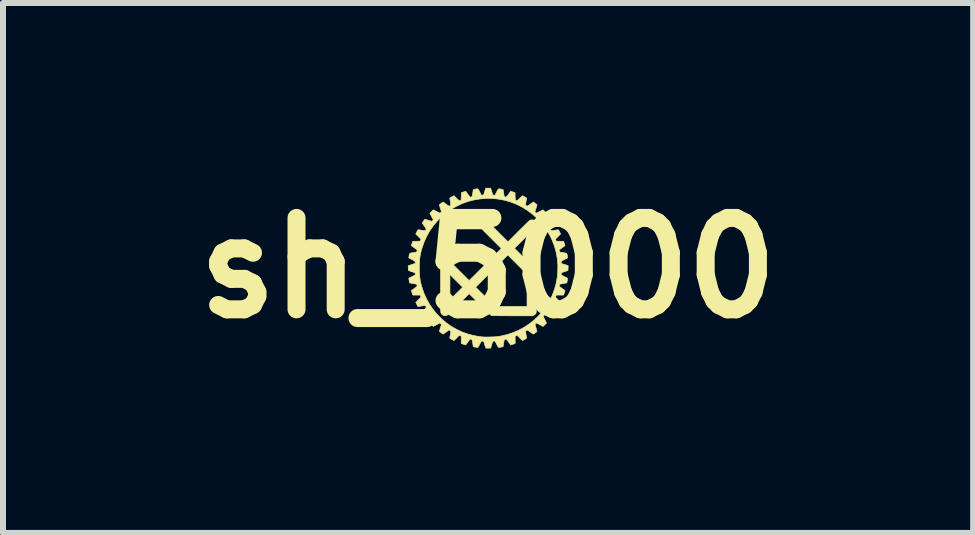
<source format=kicad_pcb>
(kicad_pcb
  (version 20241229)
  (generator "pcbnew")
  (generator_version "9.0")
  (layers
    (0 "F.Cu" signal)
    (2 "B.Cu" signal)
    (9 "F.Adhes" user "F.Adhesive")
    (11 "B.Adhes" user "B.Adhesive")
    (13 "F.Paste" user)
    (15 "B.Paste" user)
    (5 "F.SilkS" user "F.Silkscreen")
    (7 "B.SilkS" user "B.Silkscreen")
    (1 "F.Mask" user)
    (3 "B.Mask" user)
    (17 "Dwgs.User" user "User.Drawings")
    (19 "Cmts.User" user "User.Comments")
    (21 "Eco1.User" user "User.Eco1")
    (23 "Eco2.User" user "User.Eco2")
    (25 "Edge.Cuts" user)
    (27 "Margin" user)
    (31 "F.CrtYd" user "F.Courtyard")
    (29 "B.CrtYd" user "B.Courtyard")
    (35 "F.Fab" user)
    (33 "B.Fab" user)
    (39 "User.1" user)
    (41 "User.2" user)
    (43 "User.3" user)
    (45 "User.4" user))
  (footprint "sh_5000"
    (layer "F.Cu")
    (at 5.087 1.418)
    (property "Reference" "sh_5000" (at 0 0 0) (layer "F.SilkS") (effects (font (size 1.524 1.524) (thickness 0.3))))
    (attr through_hole)
    (fp_poly (pts (xy -0.339 -0.805) (xy -0.283 -0.805) (xy -0.231 -0.805) (xy -0.184 -0.804) (xy -0.142 -0.804) (xy -0.106 -0.803) (xy -0.078 -0.803) (xy -0.057 -0.802) (xy -0.045 -0.801) (xy -0.043 -0.801) (xy -0.036 -0.797) (xy -0.023 -0.786) (xy -0.004 -0.769) (xy 0.022 -0.745) (xy 0.053 -0.715) (xy 0.092 -0.677) (xy 0.137 -0.632) (xy 0.152 -0.617) (xy 0.333 -0.437) (xy 0.508 -0.613) (xy 0.543 -0.648) (xy 0.577 -0.681) (xy 0.608 -0.711) (xy 0.635 -0.738) (xy 0.658 -0.76) (xy 0.677 -0.778) (xy 0.69 -0.79) (xy 0.697 -0.795) (xy 0.697 -0.795) (xy 0.717 -0.801) (xy 0.74 -0.802) (xy 0.762 -0.797) (xy 0.767 -0.795) (xy 0.78 -0.786) (xy 0.792 -0.772) (xy 0.795 -0.768) (xy 0.808 -0.749) (xy 0.808 -0.005) (xy 0.808 0.097) (xy 0.808 0.189) (xy 0.808 0.271) (xy 0.808 0.346) (xy 0.808 0.411) (xy 0.807 0.47) (xy 0.807 0.521) (xy 0.807 0.565) (xy 0.807 0.603) (xy 0.806 0.636) (xy 0.806 0.663) (xy 0.806 0.686) (xy 0.805 0.704) (xy 0.804 0.719) (xy 0.804 0.73) (xy 0.803 0.739) (xy 0.802 0.746) (xy 0.801 0.75) (xy 0.8 0.754) (xy 0.798 0.757) (xy 0.798 0.757) (xy 0.786 0.772) (xy 0.769 0.785) (xy 0.767 0.786) (xy 0.745 0.798) (xy 0.405 0.798) (xy 0.33 0.797) (xy 0.264 0.797) (xy 0.208 0.797) (xy 0.161 0.796) (xy 0.123 0.796) (xy 0.093 0.795) (xy 0.072 0.794) (xy 0.059 0.793) (xy 0.054 0.792) (xy 0.049 0.787) (xy 0.036 0.776) (xy 0.019 0.759) (xy -0.004 0.737) (xy -0.031 0.711) (xy -0.062 0.681) (xy -0.095 0.648) (xy -0.13 0.613) (xy -0.136 0.608) (xy -0.315 0.429) (xy -0.494 0.608) (xy -0.53 0.643) (xy -0.563 0.677) (xy -0.595 0.707) (xy -0.623 0.734) (xy -0.647 0.757) (xy -0.666 0.774) (xy -0.68 0.786) (xy -0.687 0.792) (xy -0.687 0.792) (xy -0.711 0.797) (xy -0.734 0.794) (xy -0.75 0.787) (xy -0.77 0.773) (xy -0.782 0.755) (xy -0.783 0.752) (xy -0.785 0.749) (xy -0.786 0.744) (xy -0.787 0.739) (xy -0.788 0.732) (xy -0.789 0.723) (xy -0.789 0.71) (xy -0.79 0.695) (xy -0.791 0.676) (xy -0.791 0.652) (xy -0.791 0.624) (xy -0.792 0.591) (xy -0.792 0.551) (xy -0.792 0.531) (xy -0.635 0.531) (xy -0.53 0.425) (xy -0.424 0.32) (xy -0.424 0.32) (xy -0.206 0.32) (xy -0.046 0.48) (xy 0.114 0.64) (xy 0.65 0.64) (xy 0.65 0.104) (xy 0.49 -0.056) (xy 0.33 -0.216) (xy 0.062 0.052) (xy -0.206 0.32) (xy -0.424 0.32) (xy -0.53 0.215) (xy -0.635 0.109) (xy -0.635 0.531) (xy -0.792 0.531) (xy -0.792 0.506) (xy -0.792 0.453) (xy -0.792 0.394) (xy -0.792 0.326) (xy -0.792 0.251) (xy -0.792 0.166) (xy -0.792 0.072) (xy -0.792 -0.005) (xy -0.792 -0.108) (xy -0.793 -0.201) (xy -0.793 -0.285) (xy -0.793 -0.361) (xy -0.792 -0.428) (xy -0.792 -0.487) (xy -0.792 -0.54) (xy -0.792 -0.585) (xy -0.791 -0.624) (xy -0.791 -0.65) (xy -0.635 -0.65) (xy -0.635 -0.109) (xy -0.476 0.05) (xy -0.443 0.083) (xy -0.412 0.113) (xy -0.384 0.141) (xy -0.36 0.165) (xy -0.34 0.184) (xy -0.326 0.198) (xy -0.317 0.206) (xy -0.315 0.208) (xy -0.311 0.205) (xy -0.301 0.195) (xy -0.284 0.178) (xy -0.262 0.157) (xy -0.235 0.13) (xy -0.204 0.099) (xy -0.168 0.064) (xy -0.13 0.026) (xy -0.089 -0.015) (xy -0.046 -0.058) (xy -0.046 -0.058) (xy 0.221 -0.325) (xy 0.218 -0.328) (xy 0.442 -0.328) (xy 0.545 -0.225) (xy 0.571 -0.198) (xy 0.595 -0.175) (xy 0.616 -0.154) (xy 0.632 -0.138) (xy 0.643 -0.127) (xy 0.649 -0.122) (xy 0.649 -0.122) (xy 0.649 -0.127) (xy 0.649 -0.141) (xy 0.65 -0.163) (xy 0.65 -0.192) (xy 0.65 -0.227) (xy 0.65 -0.266) (xy 0.65 -0.31) (xy 0.65 -0.329) (xy 0.65 -0.536) (xy 0.442 -0.328) (xy 0.218 -0.328) (xy 0.058 -0.488) (xy -0.104 -0.65) (xy -0.37 -0.65) (xy -0.635 -0.65) (xy -0.791 -0.65) (xy -0.79 -0.658) (xy -0.79 -0.686) (xy -0.788 -0.71) (xy -0.787 -0.729) (xy -0.785 -0.744) (xy -0.784 -0.756) (xy -0.781 -0.766) (xy -0.779 -0.772) (xy -0.776 -0.777) (xy -0.773 -0.781) (xy -0.769 -0.784) (xy -0.765 -0.786) (xy -0.76 -0.789) (xy -0.755 -0.792) (xy -0.735 -0.805) (xy -0.397 -0.805) (xy -0.339 -0.805)) (stroke (width 0.01) (type solid)) (fill yes) (layer "F.SilkS"))
    (fp_poly (pts (xy 0.062 -1.274) (xy 0.08 -1.217) (xy 0.098 -1.215) (xy 0.117 -1.214) (xy 0.143 -1.267) (xy 0.155 -1.291) (xy 0.164 -1.307) (xy 0.173 -1.316) (xy 0.182 -1.32) (xy 0.195 -1.319) (xy 0.213 -1.316) (xy 0.223 -1.314) (xy 0.251 -1.308) (xy 0.26 -1.25) (xy 0.264 -1.227) (xy 0.267 -1.208) (xy 0.27 -1.195) (xy 0.271 -1.19) (xy 0.277 -1.188) (xy 0.288 -1.184) (xy 0.289 -1.184) (xy 0.296 -1.182) (xy 0.301 -1.183) (xy 0.307 -1.187) (xy 0.315 -1.195) (xy 0.326 -1.209) (xy 0.341 -1.229) (xy 0.377 -1.279) (xy 0.413 -1.268) (xy 0.45 -1.257) (xy 0.452 -1.194) (xy 0.455 -1.132) (xy 0.47 -1.125) (xy 0.477 -1.123) (xy 0.482 -1.122) (xy 0.489 -1.125) (xy 0.498 -1.132) (xy 0.511 -1.145) (xy 0.529 -1.162) (xy 0.573 -1.205) (xy 0.609 -1.187) (xy 0.627 -1.177) (xy 0.638 -1.17) (xy 0.643 -1.164) (xy 0.643 -1.158) (xy 0.643 -1.157) (xy 0.641 -1.147) (xy 0.638 -1.13) (xy 0.634 -1.109) (xy 0.632 -1.097) (xy 0.629 -1.075) (xy 0.627 -1.06) (xy 0.628 -1.052) (xy 0.63 -1.046) (xy 0.634 -1.042) (xy 0.636 -1.04) (xy 0.647 -1.034) (xy 0.653 -1.031) (xy 0.66 -1.034) (xy 0.672 -1.042) (xy 0.689 -1.053) (xy 0.707 -1.066) (xy 0.755 -1.101) (xy 0.785 -1.079) (xy 0.799 -1.068) (xy 0.811 -1.059) (xy 0.816 -1.055) (xy 0.817 -1.055) (xy 0.816 -1.049) (xy 0.813 -1.036) (xy 0.807 -1.017) (xy 0.8 -0.995) (xy 0.781 -0.939) (xy 0.806 -0.914) (xy 0.862 -0.942) (xy 0.918 -0.97) (xy 0.946 -0.941) (xy 0.975 -0.912) (xy 0.946 -0.857) (xy 0.917 -0.803) (xy 0.942 -0.777) (xy 1 -0.795) (xy 1.023 -0.802) (xy 1.041 -0.808) (xy 1.055 -0.811) (xy 1.06 -0.811) (xy 1.066 -0.804) (xy 1.076 -0.791) (xy 1.086 -0.777) (xy 1.095 -0.764) (xy 1.101 -0.754) (xy 1.102 -0.75) (xy 1.1 -0.745) (xy 1.092 -0.733) (xy 1.08 -0.716) (xy 1.069 -0.701) (xy 1.056 -0.682) (xy 1.045 -0.666) (xy 1.038 -0.654) (xy 1.036 -0.649) (xy 1.039 -0.641) (xy 1.045 -0.631) (xy 1.048 -0.627) (xy 1.052 -0.624) (xy 1.056 -0.623) (xy 1.064 -0.623) (xy 1.076 -0.624) (xy 1.094 -0.626) (xy 1.118 -0.63) (xy 1.151 -0.636) (xy 1.16 -0.637) (xy 1.167 -0.638) (xy 1.173 -0.635) (xy 1.179 -0.628) (xy 1.187 -0.614) (xy 1.192 -0.604) (xy 1.21 -0.567) (xy 1.167 -0.524) (xy 1.123 -0.48) (xy 1.13 -0.464) (xy 1.137 -0.447) (xy 1.261 -0.445) (xy 1.272 -0.408) (xy 1.284 -0.372) (xy 1.236 -0.338) (xy 1.217 -0.324) (xy 1.202 -0.313) (xy 1.191 -0.304) (xy 1.187 -0.301) (xy 1.187 -0.294) (xy 1.189 -0.282) (xy 1.189 -0.281) (xy 1.192 -0.275) (xy 1.195 -0.27) (xy 1.201 -0.266) (xy 1.212 -0.263) (xy 1.229 -0.26) (xy 1.253 -0.256) (xy 1.279 -0.252) (xy 1.297 -0.248) (xy 1.308 -0.243) (xy 1.315 -0.236) (xy 1.319 -0.224) (xy 1.322 -0.206) (xy 1.323 -0.194) (xy 1.327 -0.169) (xy 1.273 -0.14) (xy 1.25 -0.128) (xy 1.235 -0.119) (xy 1.226 -0.112) (xy 1.221 -0.106) (xy 1.219 -0.1) (xy 1.219 -0.094) (xy 1.219 -0.077) (xy 1.336 -0.038) (xy 1.335 0.002) (xy 1.333 0.042) (xy 1.222 0.08) (xy 1.22 0.098) (xy 1.219 0.116) (xy 1.271 0.143) (xy 1.292 0.153) (xy 1.309 0.162) (xy 1.321 0.168) (xy 1.325 0.17) (xy 1.325 0.176) (xy 1.324 0.188) (xy 1.322 0.204) (xy 1.319 0.222) (xy 1.316 0.236) (xy 1.314 0.246) (xy 1.313 0.248) (xy 1.307 0.25) (xy 1.294 0.253) (xy 1.275 0.256) (xy 1.254 0.26) (xy 1.231 0.264) (xy 1.212 0.268) (xy 1.2 0.27) (xy 1.195 0.271) (xy 1.193 0.277) (xy 1.189 0.288) (xy 1.189 0.289) (xy 1.187 0.296) (xy 1.188 0.301) (xy 1.192 0.307) (xy 1.2 0.315) (xy 1.214 0.326) (xy 1.234 0.341) (xy 1.284 0.377) (xy 1.259 0.452) (xy 1.137 0.452) (xy 1.13 0.469) (xy 1.123 0.485) (xy 1.21 0.573) (xy 1.192 0.608) (xy 1.174 0.644) (xy 1.114 0.634) (xy 1.054 0.625) (xy 1.045 0.636) (xy 1.039 0.646) (xy 1.036 0.653) (xy 1.039 0.66) (xy 1.047 0.672) (xy 1.058 0.689) (xy 1.071 0.707) (xy 1.106 0.755) (xy 1.09 0.775) (xy 1.079 0.79) (xy 1.069 0.803) (xy 1.066 0.808) (xy 1.059 0.819) (xy 1.001 0.8) (xy 0.944 0.781) (xy 0.919 0.806) (xy 0.947 0.862) (xy 0.975 0.918) (xy 0.918 0.975) (xy 0.863 0.946) (xy 0.808 0.917) (xy 0.795 0.93) (xy 0.782 0.943) (xy 0.8 1) (xy 0.807 1.023) (xy 0.812 1.042) (xy 0.815 1.056) (xy 0.815 1.061) (xy 0.805 1.069) (xy 0.792 1.078) (xy 0.777 1.088) (xy 0.765 1.097) (xy 0.756 1.102) (xy 0.754 1.102) (xy 0.749 1.1) (xy 0.737 1.092) (xy 0.721 1.081) (xy 0.706 1.069) (xy 0.687 1.056) (xy 0.671 1.045) (xy 0.659 1.038) (xy 0.654 1.036) (xy 0.646 1.039) (xy 0.636 1.045) (xy 0.631 1.05) (xy 0.628 1.055) (xy 0.627 1.062) (xy 0.628 1.074) (xy 0.631 1.094) (xy 0.633 1.102) (xy 0.636 1.125) (xy 0.639 1.144) (xy 0.642 1.158) (xy 0.643 1.162) (xy 0.643 1.168) (xy 0.639 1.174) (xy 0.629 1.181) (xy 0.613 1.19) (xy 0.609 1.192) (xy 0.573 1.21) (xy 0.484 1.122) (xy 0.452 1.138) (xy 0.452 1.259) (xy 0.415 1.272) (xy 0.377 1.284) (xy 0.343 1.236) (xy 0.329 1.217) (xy 0.318 1.202) (xy 0.309 1.191) (xy 0.306 1.187) (xy 0.299 1.187) (xy 0.287 1.189) (xy 0.286 1.189) (xy 0.281 1.191) (xy 0.276 1.193) (xy 0.273 1.196) (xy 0.27 1.203) (xy 0.267 1.214) (xy 0.264 1.231) (xy 0.26 1.255) (xy 0.255 1.288) (xy 0.251 1.313) (xy 0.214 1.32) (xy 0.195 1.323) (xy 0.181 1.324) (xy 0.173 1.323) (xy 0.173 1.322) (xy 0.169 1.316) (xy 0.161 1.304) (xy 0.151 1.286) (xy 0.142 1.268) (xy 0.116 1.219) (xy 0.097 1.22) (xy 0.079 1.222) (xy 0.061 1.279) (xy 0.044 1.336) (xy 0.003 1.336) (xy -0.038 1.336) (xy -0.056 1.279) (xy -0.074 1.222) (xy -0.092 1.22) (xy -0.111 1.219) (xy -0.137 1.268) (xy -0.148 1.289) (xy -0.158 1.306) (xy -0.165 1.318) (xy -0.167 1.322) (xy -0.174 1.324) (xy -0.188 1.323) (xy -0.206 1.32) (xy -0.209 1.32) (xy -0.246 1.313) (xy -0.25 1.288) (xy -0.255 1.255) (xy -0.259 1.231) (xy -0.262 1.214) (xy -0.265 1.203) (xy -0.268 1.196) (xy -0.271 1.193) (xy -0.275 1.191) (xy -0.281 1.189) (xy -0.293 1.187) (xy -0.3 1.187) (xy -0.301 1.187) (xy -0.305 1.192) (xy -0.313 1.203) (xy -0.325 1.219) (xy -0.338 1.236) (xy -0.372 1.284) (xy -0.41 1.272) (xy -0.447 1.259) (xy -0.447 1.138) (xy -0.463 1.13) (xy -0.479 1.122) (xy -0.567 1.21) (xy -0.604 1.192) (xy -0.622 1.182) (xy -0.633 1.175) (xy -0.637 1.169) (xy -0.638 1.163) (xy -0.638 1.162) (xy -0.636 1.152) (xy -0.633 1.135) (xy -0.629 1.114) (xy -0.628 1.102) (xy -0.624 1.08) (xy -0.623 1.066) (xy -0.623 1.057) (xy -0.625 1.051) (xy -0.629 1.047) (xy -0.631 1.045) (xy -0.642 1.039) (xy -0.649 1.036) (xy -0.656 1.039) (xy -0.668 1.047) (xy -0.685 1.058) (xy -0.701 1.069) (xy -0.719 1.083) (xy -0.735 1.093) (xy -0.745 1.1) (xy -0.749 1.102) (xy -0.755 1.1) (xy -0.766 1.093) (xy -0.779 1.083) (xy -0.794 1.073) (xy -0.805 1.065) (xy -0.809 1.061) (xy -0.81 1.055) (xy -0.807 1.042) (xy -0.802 1.023) (xy -0.795 1) (xy -0.777 0.943) (xy -0.79 0.93) (xy -0.803 0.917) (xy -0.858 0.946) (xy -0.913 0.975) (xy -0.97 0.918) (xy -0.942 0.862) (xy -0.914 0.806) (xy -0.939 0.781) (xy -0.996 0.8) (xy -1.054 0.819) (xy -1.061 0.808) (xy -1.069 0.796) (xy -1.08 0.782) (xy -1.085 0.775) (xy -1.101 0.755) (xy -1.066 0.707) (xy -1.052 0.688) (xy -1.041 0.671) (xy -1.034 0.659) (xy -1.031 0.653) (xy -1.034 0.645) (xy -1.04 0.636) (xy -1.049 0.625) (xy -1.109 0.634) (xy -1.169 0.644) (xy -1.187 0.608) (xy -1.205 0.573) (xy -1.118 0.485) (xy -1.125 0.469) (xy -1.132 0.452) (xy -1.254 0.452) (xy -1.279 0.377) (xy -1.229 0.341) (xy -1.208 0.325) (xy -1.194 0.315) (xy -1.186 0.307) (xy -1.183 0.301) (xy -1.182 0.295) (xy -1.184 0.289) (xy -1.187 0.277) (xy -1.19 0.271) (xy -1.19 0.271) (xy -1.195 0.27) (xy -1.209 0.267) (xy -1.228 0.264) (xy -1.249 0.26) (xy -1.271 0.256) (xy -1.29 0.252) (xy -1.303 0.25) (xy -1.308 0.248) (xy -1.31 0.242) (xy -1.312 0.23) (xy -1.315 0.213) (xy -1.318 0.196) (xy -1.32 0.182) (xy -1.32 0.172) (xy -1.32 0.17) (xy -1.315 0.168) (xy -1.303 0.161) (xy -1.285 0.152) (xy -1.266 0.143) (xy -1.214 0.116) (xy -1.217 0.08) (xy -1.328 0.042) (xy -1.33 0.002) (xy -1.33 0) (xy -1.145 0) (xy -1.145 0.055) (xy -1.143 0.103) (xy -1.139 0.146) (xy -1.134 0.186) (xy -1.127 0.225) (xy -1.117 0.267) (xy -1.104 0.314) (xy -1.104 0.314) (xy -1.07 0.416) (xy -1.027 0.512) (xy -0.976 0.604) (xy -0.917 0.69) (xy -0.851 0.77) (xy -0.779 0.844) (xy -0.7 0.911) (xy -0.616 0.971) (xy -0.526 1.023) (xy -0.432 1.067) (xy -0.333 1.102) (xy -0.231 1.128) (xy -0.18 1.137) (xy -0.15 1.142) (xy -0.124 1.146) (xy -0.102 1.148) (xy -0.08 1.15) (xy -0.056 1.151) (xy -0.029 1.151) (xy 0.004 1.151) (xy 0.036 1.15) (xy 0.078 1.149) (xy 0.113 1.148) (xy 0.143 1.145) (xy 0.173 1.141) (xy 0.205 1.136) (xy 0.206 1.136) (xy 0.312 1.112) (xy 0.414 1.079) (xy 0.511 1.038) (xy 0.603 0.988) (xy 0.689 0.931) (xy 0.77 0.867) (xy 0.844 0.797) (xy 0.911 0.72) (xy 0.972 0.637) (xy 1.025 0.549) (xy 1.07 0.457) (xy 1.107 0.359) (xy 1.135 0.258) (xy 1.154 0.153) (xy 1.162 0.064) (xy 1.164 -0.044) (xy 1.155 -0.151) (xy 1.137 -0.256) (xy 1.109 -0.358) (xy 1.072 -0.457) (xy 1.026 -0.552) (xy 0.971 -0.643) (xy 0.908 -0.729) (xy 0.835 -0.81) (xy 0.823 -0.823) (xy 0.742 -0.896) (xy 0.656 -0.961) (xy 0.565 -1.017) (xy 0.47 -1.064) (xy 0.37 -1.102) (xy 0.267 -1.131) (xy 0.161 -1.15) (xy 0.078 -1.158) (xy -0.029 -1.159) (xy -0.134 -1.151) (xy -0.237 -1.134) (xy -0.337 -1.108) (xy -0.433 -1.073) (xy -0.526 -1.029) (xy -0.614 -0.978) (xy -0.698 -0.92) (xy -0.776 -0.854) (xy -0.848 -0.781) (xy -0.914 -0.702) (xy -0.973 -0.617) (xy -1.024 -0.526) (xy -1.067 -0.43) (xy -1.102 -0.328) (xy -1.102 -0.328) (xy -1.116 -0.278) (xy -1.126 -0.233) (xy -1.134 -0.189) (xy -1.14 -0.145) (xy -1.143 -0.098) (xy -1.145 -0.045) (xy -1.145 0) (xy -1.33 0) (xy -1.331 -0.038) (xy -1.214 -0.077) (xy -1.214 -0.094) (xy -1.215 -0.102) (xy -1.217 -0.108) (xy -1.222 -0.113) (xy -1.233 -0.121) (xy -1.249 -0.13) (xy -1.268 -0.14) (xy -1.322 -0.169) (xy -1.318 -0.194) (xy -1.315 -0.215) (xy -1.312 -0.23) (xy -1.307 -0.24) (xy -1.298 -0.246) (xy -1.284 -0.25) (xy -1.263 -0.254) (xy -1.248 -0.256) (xy -1.223 -0.26) (xy -1.206 -0.263) (xy -1.195 -0.266) (xy -1.189 -0.27) (xy -1.186 -0.275) (xy -1.184 -0.281) (xy -1.182 -0.293) (xy -1.182 -0.3) (xy -1.182 -0.301) (xy -1.187 -0.305) (xy -1.198 -0.313) (xy -1.214 -0.325) (xy -1.231 -0.338) (xy -1.279 -0.372) (xy -1.267 -0.408) (xy -1.256 -0.445) (xy -1.132 -0.447) (xy -1.125 -0.464) (xy -1.118 -0.48) (xy -1.162 -0.524) (xy -1.205 -0.567) (xy -1.187 -0.604) (xy -1.177 -0.622) (xy -1.171 -0.632) (xy -1.165 -0.637) (xy -1.158 -0.638) (xy -1.154 -0.637) (xy -1.12 -0.631) (xy -1.093 -0.627) (xy -1.074 -0.624) (xy -1.061 -0.623) (xy -1.053 -0.623) (xy -1.047 -0.624) (xy -1.044 -0.627) (xy -1.041 -0.63) (xy -1.04 -0.631) (xy -1.034 -0.642) (xy -1.031 -0.649) (xy -1.034 -0.656) (xy -1.042 -0.668) (xy -1.053 -0.685) (xy -1.065 -0.701) (xy -1.079 -0.721) (xy -1.089 -0.738) (xy -1.095 -0.75) (xy -1.095 -0.754) (xy -1.091 -0.762) (xy -1.083 -0.774) (xy -1.073 -0.788) (xy -1.063 -0.801) (xy -1.055 -0.81) (xy -1.052 -0.813) (xy -1.046 -0.811) (xy -1.033 -0.807) (xy -1.014 -0.802) (xy -0.993 -0.795) (xy -0.937 -0.778) (xy -0.925 -0.79) (xy -0.912 -0.803) (xy -0.941 -0.857) (xy -0.97 -0.912) (xy -0.941 -0.941) (xy -0.913 -0.97) (xy -0.857 -0.942) (xy -0.801 -0.914) (xy -0.776 -0.939) (xy -0.795 -0.995) (xy -0.802 -1.018) (xy -0.808 -1.036) (xy -0.811 -1.049) (xy -0.812 -1.055) (xy -0.807 -1.059) (xy -0.796 -1.067) (xy -0.781 -1.078) (xy -0.78 -1.079) (xy -0.75 -1.101) (xy -0.702 -1.066) (xy -0.683 -1.052) (xy -0.666 -1.041) (xy -0.654 -1.034) (xy -0.648 -1.031) (xy -0.64 -1.034) (xy -0.631 -1.04) (xy -0.626 -1.045) (xy -0.623 -1.049) (xy -0.622 -1.057) (xy -0.623 -1.069) (xy -0.626 -1.088) (xy -0.627 -1.097) (xy -0.631 -1.12) (xy -0.634 -1.139) (xy -0.637 -1.153) (xy -0.638 -1.157) (xy -0.638 -1.163) (xy -0.634 -1.169) (xy -0.624 -1.176) (xy -0.608 -1.185) (xy -0.604 -1.187) (xy -0.567 -1.205) (xy -0.524 -1.162) (xy -0.505 -1.144) (xy -0.492 -1.132) (xy -0.484 -1.125) (xy -0.477 -1.122) (xy -0.471 -1.123) (xy -0.465 -1.125) (xy -0.45 -1.132) (xy -0.447 -1.194) (xy -0.445 -1.257) (xy -0.408 -1.268) (xy -0.372 -1.279) (xy -0.336 -1.229) (xy -0.32 -1.208) (xy -0.31 -1.194) (xy -0.302 -1.186) (xy -0.296 -1.183) (xy -0.29 -1.182) (xy -0.284 -1.184) (xy -0.272 -1.187) (xy -0.266 -1.19) (xy -0.266 -1.19) (xy -0.265 -1.196) (xy -0.262 -1.209) (xy -0.259 -1.228) (xy -0.255 -1.25) (xy -0.246 -1.308) (xy -0.218 -1.314) (xy -0.197 -1.318) (xy -0.182 -1.32) (xy -0.171 -1.318) (xy -0.163 -1.311) (xy -0.154 -1.299) (xy -0.144 -1.278) (xy -0.138 -1.267) (xy -0.112 -1.214) (xy -0.093 -1.215) (xy -0.074 -1.217) (xy -0.039 -1.331) (xy 0.044 -1.331) (xy 0.062 -1.274)) (stroke (width 0.01) (type solid)) (fill yes) (layer "F.SilkS")))
  (gr_rect
    (start -3 -3)
    (end 13.175 5.836)
    (stroke (width 0.1) (type default))
    (fill no)
    (layer "Edge.Cuts")))
</source>
